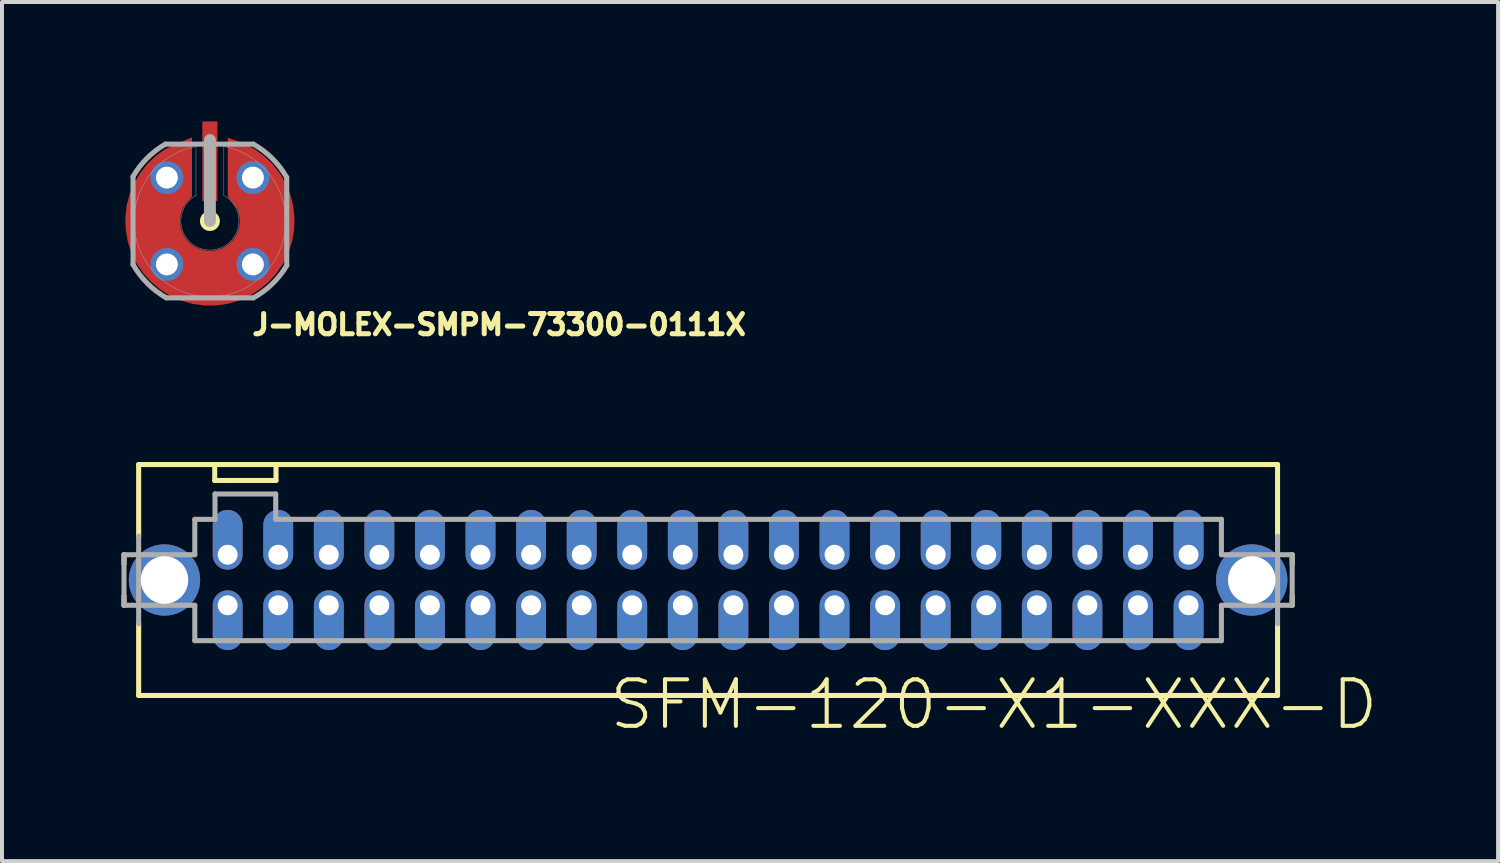
<source format=kicad_pcb>
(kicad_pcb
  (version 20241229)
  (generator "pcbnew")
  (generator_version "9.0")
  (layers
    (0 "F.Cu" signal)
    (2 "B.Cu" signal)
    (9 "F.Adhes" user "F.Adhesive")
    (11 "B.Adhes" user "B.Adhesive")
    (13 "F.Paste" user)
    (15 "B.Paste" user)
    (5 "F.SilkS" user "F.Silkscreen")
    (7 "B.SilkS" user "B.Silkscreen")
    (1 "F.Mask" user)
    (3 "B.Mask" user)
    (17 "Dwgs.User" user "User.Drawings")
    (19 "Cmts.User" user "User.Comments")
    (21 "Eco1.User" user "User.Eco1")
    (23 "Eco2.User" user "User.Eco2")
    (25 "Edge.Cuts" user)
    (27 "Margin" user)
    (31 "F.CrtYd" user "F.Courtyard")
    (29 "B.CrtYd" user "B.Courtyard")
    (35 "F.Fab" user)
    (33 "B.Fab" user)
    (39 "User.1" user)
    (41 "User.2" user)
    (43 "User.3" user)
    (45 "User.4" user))
  (footprint "SFM-120-X1-XXX-D"
    (layer "F.Cu")
    (at 14.732 11.515)
    (property "Reference" "SFM-120-X1-XXX-D" (at -2.54 3.81 0) (layer "F.SilkS") (effects (font (size 1.168 1.168) (thickness 0.102)) (justify left bottom)))
    (fp_line (start -14.668 -0.635) (end -14.668 -0.4) (stroke (width 0.127) (type solid)) (layer "F.SilkS"))
    (fp_line (start -14.668 0.4) (end -14.668 0.635) (stroke (width 0.127) (type solid)) (layer "F.SilkS"))
    (fp_line (start -14.3 -2.9) (end 14.3 -2.9) (stroke (width 0.127) (type solid)) (layer "F.SilkS"))
    (fp_line (start -14.3 -1.1) (end -14.3 -2.9) (stroke (width 0.127) (type solid)) (layer "F.SilkS"))
    (fp_line (start -14.3 2.9) (end -14.3 1.1) (stroke (width 0.127) (type solid)) (layer "F.SilkS"))
    (fp_line (start -12.39 -2.5) (end -12.39 -2.867) (stroke (width 0.127) (type solid)) (layer "F.SilkS"))
    (fp_line (start -12.39 -2.5) (end -10.851 -2.5) (stroke (width 0.127) (type solid)) (layer "F.SilkS"))
    (fp_line (start -10.851 -2.867) (end -10.851 -2.5) (stroke (width 0.127) (type solid)) (layer "F.SilkS"))
    (fp_line (start 14.3 -1.1) (end 14.3 -2.9) (stroke (width 0.127) (type solid)) (layer "F.SilkS"))
    (fp_line (start 14.3 1.1) (end 14.3 2.9) (stroke (width 0.127) (type solid)) (layer "F.SilkS"))
    (fp_line (start 14.3 2.9) (end -14.3 2.9) (stroke (width 0.127) (type solid)) (layer "F.SilkS"))
    (fp_line (start 14.668 -0.635) (end 14.668 -0.4) (stroke (width 0.127) (type solid)) (layer "F.SilkS"))
    (fp_line (start 14.668 0.4) (end 14.668 0.635) (stroke (width 0.127) (type solid)) (layer "F.SilkS"))
    (fp_line (start -14.668 -0.635) (end -12.89 -0.635) (stroke (width 0.127) (type solid)) (layer "F.Fab"))
    (fp_line (start -14.668 0.635) (end -14.668 -0.635) (stroke (width 0.127) (type solid)) (layer "F.Fab"))
    (fp_line (start -14.3 -1.1) (end -14.3 1.1) (stroke (width 0.127) (type solid)) (layer "F.Fab"))
    (fp_line (start -12.89 -1.524) (end -12.383 -1.524) (stroke (width 0.127) (type solid)) (layer "F.Fab"))
    (fp_line (start -12.89 -0.635) (end -12.89 -1.524) (stroke (width 0.127) (type solid)) (layer "F.Fab"))
    (fp_line (start -12.89 0.635) (end -14.668 0.635) (stroke (width 0.127) (type solid)) (layer "F.Fab"))
    (fp_line (start -12.89 1.524) (end -12.89 0.635) (stroke (width 0.127) (type solid)) (layer "F.Fab"))
    (fp_line (start -12.383 -2.159) (end -10.858 -2.159) (stroke (width 0.127) (type solid)) (layer "F.Fab"))
    (fp_line (start -12.383 -1.524) (end -12.383 -2.159) (stroke (width 0.127) (type solid)) (layer "F.Fab"))
    (fp_line (start -10.858 -2.159) (end -10.858 -1.524) (stroke (width 0.127) (type solid)) (layer "F.Fab"))
    (fp_line (start -10.858 -1.524) (end 12.89 -1.524) (stroke (width 0.127) (type solid)) (layer "F.Fab"))
    (fp_line (start 12.89 -1.524) (end 12.89 -0.635) (stroke (width 0.127) (type solid)) (layer "F.Fab"))
    (fp_line (start 12.89 -0.635) (end 14.668 -0.635) (stroke (width 0.127) (type solid)) (layer "F.Fab"))
    (fp_line (start 12.89 0.635) (end 12.89 1.524) (stroke (width 0.127) (type solid)) (layer "F.Fab"))
    (fp_line (start 12.89 1.524) (end -12.89 1.524) (stroke (width 0.127) (type solid)) (layer "F.Fab"))
    (fp_line (start 14.3 -1.1) (end 14.3 1.1) (stroke (width 0.127) (type solid)) (layer "F.Fab"))
    (fp_line (start 14.668 -0.635) (end 14.668 0.635) (stroke (width 0.127) (type solid)) (layer "F.Fab"))
    (fp_line (start 14.668 0.635) (end 12.89 0.635) (stroke (width 0.127) (type solid)) (layer "F.Fab"))
    (pad "1" thru_hole oval (at 12.065 0.635 270) (size 1.5 0.75) (drill 0.5 (offset 0.375 0)) (layers "*.Cu" "*.Mask"))
    (pad "2" thru_hole oval (at 12.065 -0.635 90) (size 1.5 0.75) (drill 0.5 (offset 0.375 0)) (layers "*.Cu" "*.Mask"))
    (pad "3" thru_hole oval (at 10.795 0.635 270) (size 1.5 0.75) (drill 0.5 (offset 0.375 0)) (layers "*.Cu" "*.Mask"))
    (pad "4" thru_hole oval (at 10.795 -0.635 90) (size 1.5 0.75) (drill 0.5 (offset 0.375 0)) (layers "*.Cu" "*.Mask"))
    (pad "5" thru_hole oval (at 9.525 0.635 270) (size 1.5 0.75) (drill 0.5 (offset 0.375 0)) (layers "*.Cu" "*.Mask"))
    (pad "6" thru_hole oval (at 9.525 -0.635 90) (size 1.5 0.75) (drill 0.5 (offset 0.375 0)) (layers "*.Cu" "*.Mask"))
    (pad "7" thru_hole oval (at 8.255 0.635 270) (size 1.5 0.75) (drill 0.5 (offset 0.375 0)) (layers "*.Cu" "*.Mask"))
    (pad "8" thru_hole oval (at 8.255 -0.635 90) (size 1.5 0.75) (drill 0.5 (offset 0.375 0)) (layers "*.Cu" "*.Mask"))
    (pad "9" thru_hole oval (at 6.985 0.635 270) (size 1.5 0.75) (drill 0.5 (offset 0.375 0)) (layers "*.Cu" "*.Mask"))
    (pad "10" thru_hole oval (at 6.985 -0.635 90) (size 1.5 0.75) (drill 0.5 (offset 0.375 0)) (layers "*.Cu" "*.Mask"))
    (pad "11" thru_hole oval (at 5.715 0.635 270) (size 1.5 0.75) (drill 0.5 (offset 0.375 0)) (layers "*.Cu" "*.Mask"))
    (pad "12" thru_hole oval (at 5.715 -0.635 90) (size 1.5 0.75) (drill 0.5 (offset 0.375 0)) (layers "*.Cu" "*.Mask"))
    (pad "13" thru_hole oval (at 4.445 0.635 270) (size 1.5 0.75) (drill 0.5 (offset 0.375 0)) (layers "*.Cu" "*.Mask"))
    (pad "14" thru_hole oval (at 4.445 -0.635 90) (size 1.5 0.75) (drill 0.5 (offset 0.375 0)) (layers "*.Cu" "*.Mask"))
    (pad "15" thru_hole oval (at 3.175 0.635 270) (size 1.5 0.75) (drill 0.5 (offset 0.375 0)) (layers "*.Cu" "*.Mask"))
    (pad "16" thru_hole oval (at 3.175 -0.635 90) (size 1.5 0.75) (drill 0.5 (offset 0.375 0)) (layers "*.Cu" "*.Mask"))
    (pad "17" thru_hole oval (at 1.905 0.635 270) (size 1.5 0.75) (drill 0.5 (offset 0.375 0)) (layers "*.Cu" "*.Mask"))
    (pad "18" thru_hole oval (at 1.905 -0.635 90) (size 1.5 0.75) (drill 0.5 (offset 0.375 0)) (layers "*.Cu" "*.Mask"))
    (pad "19" thru_hole oval (at 0.635 0.635 270) (size 1.5 0.75) (drill 0.5 (offset 0.375 0)) (layers "*.Cu" "*.Mask"))
    (pad "20" thru_hole oval (at 0.635 -0.635 90) (size 1.5 0.75) (drill 0.5 (offset 0.375 0)) (layers "*.Cu" "*.Mask"))
    (pad "21" thru_hole oval (at -0.635 0.635 270) (size 1.5 0.75) (drill 0.5 (offset 0.375 0)) (layers "*.Cu" "*.Mask"))
    (pad "22" thru_hole oval (at -0.635 -0.635 90) (size 1.5 0.75) (drill 0.5 (offset 0.375 0)) (layers "*.Cu" "*.Mask"))
    (pad "23" thru_hole oval (at -1.905 0.635 270) (size 1.5 0.75) (drill 0.5 (offset 0.375 0)) (layers "*.Cu" "*.Mask"))
    (pad "24" thru_hole oval (at -1.905 -0.635 90) (size 1.5 0.75) (drill 0.5 (offset 0.375 0)) (layers "*.Cu" "*.Mask"))
    (pad "25" thru_hole oval (at -3.175 0.635 270) (size 1.5 0.75) (drill 0.5 (offset 0.375 0)) (layers "*.Cu" "*.Mask"))
    (pad "26" thru_hole oval (at -3.175 -0.635 90) (size 1.5 0.75) (drill 0.5 (offset 0.375 0)) (layers "*.Cu" "*.Mask"))
    (pad "27" thru_hole oval (at -4.445 0.635 270) (size 1.5 0.75) (drill 0.5 (offset 0.375 0)) (layers "*.Cu" "*.Mask"))
    (pad "28" thru_hole oval (at -4.445 -0.635 90) (size 1.5 0.75) (drill 0.5 (offset 0.375 0)) (layers "*.Cu" "*.Mask"))
    (pad "29" thru_hole oval (at -5.715 0.635 270) (size 1.5 0.75) (drill 0.5 (offset 0.375 0)) (layers "*.Cu" "*.Mask"))
    (pad "30" thru_hole oval (at -5.715 -0.635 90) (size 1.5 0.75) (drill 0.5 (offset 0.375 0)) (layers "*.Cu" "*.Mask"))
    (pad "31" thru_hole oval (at -6.985 0.635 270) (size 1.5 0.75) (drill 0.5 (offset 0.375 0)) (layers "*.Cu" "*.Mask"))
    (pad "32" thru_hole oval (at -6.985 -0.635 90) (size 1.5 0.75) (drill 0.5 (offset 0.375 0)) (layers "*.Cu" "*.Mask"))
    (pad "33" thru_hole oval (at -8.255 0.635 270) (size 1.5 0.75) (drill 0.5 (offset 0.375 0)) (layers "*.Cu" "*.Mask"))
    (pad "34" thru_hole oval (at -8.255 -0.635 90) (size 1.5 0.75) (drill 0.5 (offset 0.375 0)) (layers "*.Cu" "*.Mask"))
    (pad "35" thru_hole oval (at -9.525 0.635 270) (size 1.5 0.75) (drill 0.5 (offset 0.375 0)) (layers "*.Cu" "*.Mask"))
    (pad "36" thru_hole oval (at -9.525 -0.635 90) (size 1.5 0.75) (drill 0.5 (offset 0.375 0)) (layers "*.Cu" "*.Mask"))
    (pad "37" thru_hole oval (at -10.795 0.635 270) (size 1.5 0.75) (drill 0.5 (offset 0.375 0)) (layers "*.Cu" "*.Mask"))
    (pad "38" thru_hole oval (at -10.795 -0.635 90) (size 1.5 0.75) (drill 0.5 (offset 0.375 0)) (layers "*.Cu" "*.Mask"))
    (pad "39" thru_hole oval (at -12.065 0.635 270) (size 1.5 0.75) (drill 0.5 (offset 0.375 0)) (layers "*.Cu" "*.Mask"))
    (pad "40" thru_hole oval (at -12.065 -0.635 90) (size 1.5 0.75) (drill 0.5 (offset 0.375 0)) (layers "*.Cu" "*.Mask"))
    (pad "LC1" thru_hole circle (at 13.652 0) (size 1.791 1.791) (drill 1.194) (layers "*.Cu" "*.Mask"))
    (pad "LC2" thru_hole circle (at -13.652 0) (size 1.791 1.791) (drill 1.194) (layers "*.Cu" "*.Mask")))
  (footprint "J-MOLEX-SMPM-73300-0111X"
    (layer "F.Cu")
    (at 2.221 2.5)
    (property "Reference" "J-MOLEX-SMPM-73300-0111X" (at 1 2.9 0) (layer "F.SilkS") (effects (font (size 0.508 0.508) (thickness 0.127)) (justify left bottom)))
    (fp_poly (pts (xy -0.45 -0.61) (xy -0.599 -0.452) (xy -0.684 -0.31) (xy -0.735 -0.152) (xy -0.751 0.014) (xy -0.729 0.179) (xy -0.672 0.335) (xy -0.582 0.474) (xy -0.463 0.591) (xy -0.322 0.678) (xy -0.165 0.732) (xy 0 0.751) (xy 0.165 0.732) (xy 0.322 0.678) (xy 0.463 0.591) (xy 0.582 0.474) (xy 0.672 0.335) (xy 0.729 0.179) (xy 0.751 0.014) (xy 0.735 -0.152) (xy 0.686 -0.304) (xy 0.45 -0.616) (xy 0.45 -2.092) (xy 0.857 -1.946) (xy 1.12 -1.808) (xy 1.361 -1.634) (xy 1.575 -1.428) (xy 1.759 -1.195) (xy 1.908 -0.938) (xy 2.02 -0.663) (xy 2.093 -0.375) (xy 2.125 -0.079) (xy 2.115 0.218) (xy 2.064 0.51) (xy 1.973 0.793) (xy 1.843 1.06) (xy 1.677 1.307) (xy 1.479 1.528) (xy 1.251 1.719) (xy 1 1.877) (xy 0.728 1.998) (xy 0.443 2.08) (xy 0.149 2.121) (xy -0.149 2.121) (xy -0.443 2.08) (xy -0.728 1.998) (xy -1 1.877) (xy -1.251 1.719) (xy -1.479 1.528) (xy -1.677 1.307) (xy -1.843 1.06) (xy -1.973 0.793) (xy -2.064 0.51) (xy -2.115 0.218) (xy -2.125 -0.079) (xy -2.093 -0.375) (xy -2.02 -0.663) (xy -1.908 -0.938) (xy -1.759 -1.195) (xy -1.575 -1.428) (xy -1.361 -1.634) (xy -1.117 -1.81) (xy -0.45 -2.103)) (stroke (width 0) (type solid)) (fill yes) (layer "F.Cu"))
    (fp_poly (pts (xy -0.45 -0.515) (xy -0.573 -0.36) (xy -0.639 -0.224) (xy -0.673 -0.076) (xy -0.673 0.076) (xy -0.639 0.224) (xy -0.573 0.36) (xy -0.479 0.479) (xy -0.36 0.573) (xy -0.224 0.639) (xy -0.076 0.673) (xy 0.076 0.673) (xy 0.224 0.639) (xy 0.36 0.573) (xy 0.479 0.479) (xy 0.573 0.36) (xy 0.639 0.224) (xy 0.673 0.076) (xy 0.673 -0.076) (xy 0.64 -0.218) (xy 0.45 -0.521) (xy 0.45 -2.19) (xy 0.864 -2.048) (xy 1.137 -1.91) (xy 1.387 -1.737) (xy 1.612 -1.531) (xy 1.807 -1.296) (xy 1.967 -1.037) (xy 2.091 -0.758) (xy 2.175 -0.465) (xy 2.219 -0.164) (xy 2.221 0.141) (xy 2.181 0.444) (xy 2.1 0.738) (xy 1.98 1.018) (xy 1.823 1.279) (xy 1.631 1.516) (xy 1.409 1.725) (xy 1.16 1.901) (xy 0.89 2.042) (xy 0.603 2.145) (xy 0.304 2.207) (xy 0 2.228) (xy -0.304 2.207) (xy -0.603 2.145) (xy -0.89 2.042) (xy -1.16 1.901) (xy -1.409 1.725) (xy -1.631 1.516) (xy -1.823 1.279) (xy -1.98 1.018) (xy -2.1 0.738) (xy -2.181 0.444) (xy -2.221 0.141) (xy -2.219 -0.164) (xy -2.175 -0.465) (xy -2.091 -0.758) (xy -1.967 -1.037) (xy -1.807 -1.296) (xy -1.612 -1.531) (xy -1.387 -1.737) (xy -1.134 -1.912) (xy -0.45 -2.201)) (stroke (width 0) (type solid)) (fill yes) (layer "F.Mask"))
    (fp_circle (center 0 0) (end 0.125 0) (stroke (width 0.25) (type solid)) (fill yes) (layer "F.SilkS"))
    (fp_line (start -1.93 1.092) (end -1.93 -1.118) (stroke (width 0.127) (type solid)) (layer "F.Fab"))
    (fp_line (start -1.118 -1.93) (end 1.092 -1.93) (stroke (width 0.127) (type solid)) (layer "F.Fab"))
    (fp_line (start -0.35 -1.87) (end -0.35 -0.64) (stroke (width 0.01) (type solid)) (layer "F.Fab"))
    (fp_line (start 0 0) (end 0 -2.032) (stroke (width 0.3) (type solid)) (layer "F.Fab"))
    (fp_line (start 0.35 -0.64) (end 0.35 -1.87) (stroke (width 0.01) (type solid)) (layer "F.Fab"))
    (fp_line (start 1.092 1.93) (end -1.092 1.93) (stroke (width 0.127) (type solid)) (layer "F.Fab"))
    (fp_line (start 1.93 -1.092) (end 1.93 1.118) (stroke (width 0.127) (type solid)) (layer "F.Fab"))
    (fp_arc (start -1.9304 -1.1176) (mid -1.577471 -1.577471) (end -1.1176 -1.9304) (stroke (width 0.127) (type solid)) (layer "F.Fab"))
    (fp_arc (start -1.0922 1.9304) (mid -1.568103 1.568103) (end -1.9304 1.0922) (stroke (width 0.127) (type solid)) (layer "F.Fab"))
    (fp_arc (start 0.35 -1.87) (mid 0 1.902472) (end -0.35 -1.87) (stroke (width 0.01) (type solid)) (layer "F.Fab"))
    (fp_arc (start 0.35 -0.64) (mid 0 0.729452) (end -0.35 -0.64) (stroke (width 0.01) (type solid)) (layer "F.Fab"))
    (fp_arc (start 1.0922 -1.9304) (mid 1.568334 -1.568334) (end 1.9304 -1.0922) (stroke (width 0.127) (type solid)) (layer "F.Fab"))
    (fp_arc (start 1.9304 1.1176) (mid 1.565581 1.579977) (end 1.0922 1.9304) (stroke (width 0.127) (type solid)) (layer "F.Fab"))
    (pad "P$1" thru_hole circle (at -1.08 1.09 180) (size 0.825 0.825) (drill 0.55) (layers "*.Cu" "*.Mask"))
    (pad "P$2" thru_hole circle (at 1.08 1.09 180) (size 0.825 0.825) (drill 0.55) (layers "*.Cu" "*.Mask"))
    (pad "P$3" thru_hole circle (at 1.08 -1.09 180) (size 0.825 0.825) (drill 0.55) (layers "*.Cu" "*.Mask"))
    (pad "P$4" thru_hole circle (at -1.08 -1.09 180) (size 0.825 0.825) (drill 0.55) (layers "*.Cu" "*.Mask"))
    (pad "RF-DOWN" smd rect (at 0 -1.5 180) (size 0.38 2) (layers "F.Cu" "F.Mask")))
  (gr_rect
    (start -3 -3)
    (end 34.57 18.575)
    (stroke (width 0.1) (type default))
    (fill no)
    (layer "Edge.Cuts")))
</source>
